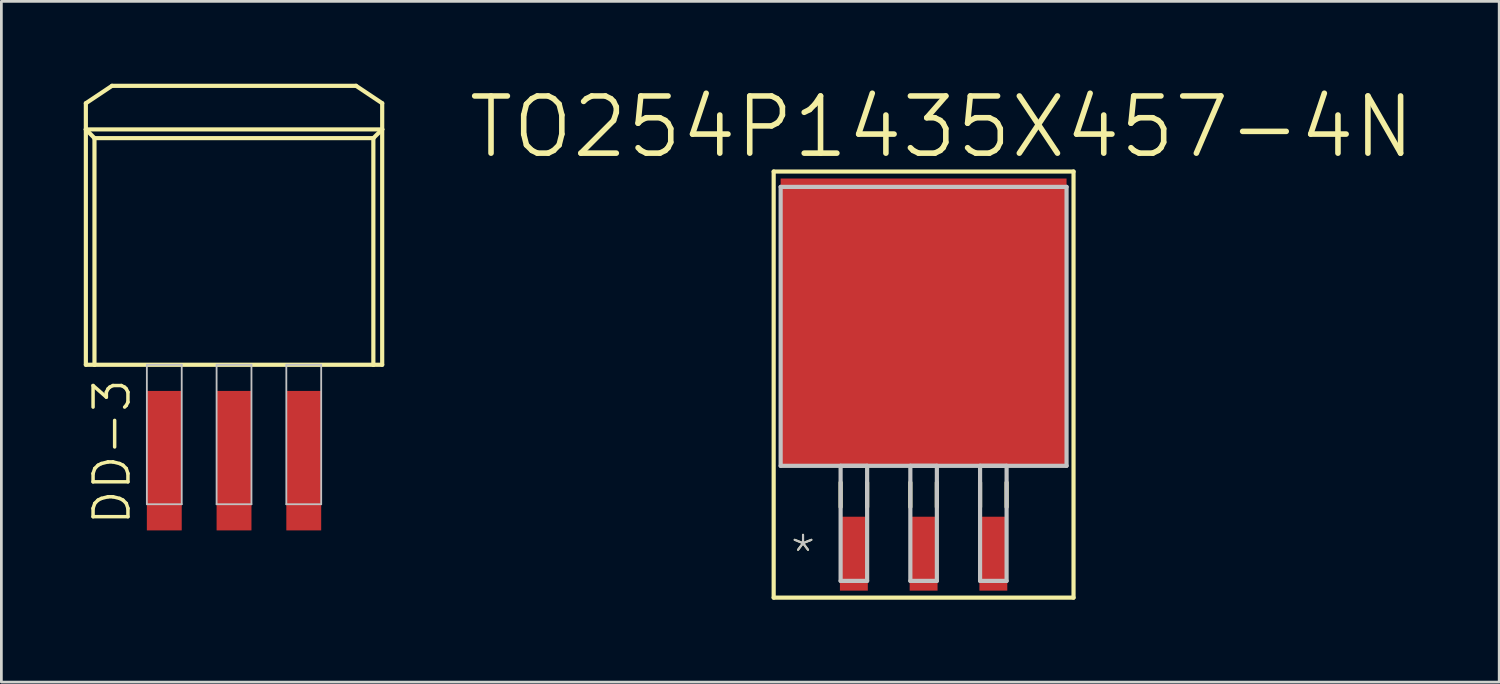
<source format=kicad_pcb>
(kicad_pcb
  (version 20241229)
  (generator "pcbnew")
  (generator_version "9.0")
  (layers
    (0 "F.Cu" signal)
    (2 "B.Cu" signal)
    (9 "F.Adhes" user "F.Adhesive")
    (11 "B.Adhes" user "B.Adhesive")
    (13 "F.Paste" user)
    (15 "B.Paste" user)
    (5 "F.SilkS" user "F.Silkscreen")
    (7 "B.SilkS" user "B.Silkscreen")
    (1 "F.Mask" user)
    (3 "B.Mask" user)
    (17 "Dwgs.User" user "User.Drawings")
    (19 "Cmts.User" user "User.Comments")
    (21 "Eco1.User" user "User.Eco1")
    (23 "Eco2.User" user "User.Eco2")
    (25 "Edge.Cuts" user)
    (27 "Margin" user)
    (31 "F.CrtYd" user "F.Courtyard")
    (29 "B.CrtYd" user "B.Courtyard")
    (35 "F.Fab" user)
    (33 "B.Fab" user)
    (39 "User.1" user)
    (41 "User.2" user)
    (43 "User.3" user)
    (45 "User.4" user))
  (footprint "DD-3"
    (layer "F.Cu")
    (at 5.474 5.791)
    (property "Reference" "DD-3" (at -4.445 7.62 90) (layer "F.SilkS") (effects (font (size 1.27 1.27) (thickness 0.127))))
    (attr smd)
    (fp_line (start -5.397 -5.08) (end -4.445 -5.715) (stroke (width 0.152) (type solid)) (layer "F.SilkS"))
    (fp_line (start -5.397 -4.128) (end -5.397 -5.08) (stroke (width 0.152) (type solid)) (layer "F.SilkS"))
    (fp_line (start -5.397 -4.128) (end -5.397 4.445) (stroke (width 0.152) (type solid)) (layer "F.SilkS"))
    (fp_line (start -5.397 -4.128) (end -5.083 -3.81) (stroke (width 0.152) (type solid)) (layer "F.SilkS"))
    (fp_line (start -5.397 4.445) (end -5.083 4.445) (stroke (width 0.152) (type solid)) (layer "F.SilkS"))
    (fp_line (start -5.083 -3.81) (end 5.075 -3.81) (stroke (width 0.152) (type solid)) (layer "F.SilkS"))
    (fp_line (start -5.083 4.445) (end -5.083 -3.81) (stroke (width 0.152) (type solid)) (layer "F.SilkS"))
    (fp_line (start -5.083 4.445) (end 5.075 4.445) (stroke (width 0.152) (type solid)) (layer "F.SilkS"))
    (fp_line (start -4.445 -5.715) (end 4.445 -5.715) (stroke (width 0.152) (type solid)) (layer "F.SilkS"))
    (fp_line (start 4.445 -5.715) (end 5.397 -5.08) (stroke (width 0.152) (type solid)) (layer "F.SilkS"))
    (fp_line (start 5.075 -3.81) (end 5.075 4.445) (stroke (width 0.152) (type solid)) (layer "F.SilkS"))
    (fp_line (start 5.075 4.445) (end 5.397 4.445) (stroke (width 0.152) (type solid)) (layer "F.SilkS"))
    (fp_line (start 5.397 -5.08) (end 5.397 -4.128) (stroke (width 0.152) (type solid)) (layer "F.SilkS"))
    (fp_line (start 5.397 -4.128) (end -5.397 -4.128) (stroke (width 0.152) (type solid)) (layer "F.SilkS"))
    (fp_line (start 5.397 -4.128) (end 5.075 -3.81) (stroke (width 0.152) (type solid)) (layer "F.SilkS"))
    (fp_line (start 5.397 4.445) (end 5.397 -4.128) (stroke (width 0.152) (type solid)) (layer "F.SilkS"))
    (fp_line (start -3.175 4.445) (end -1.905 4.445) (stroke (width 0.066) (type solid)) (layer "Dwgs.User"))
    (fp_line (start -3.175 9.525) (end -3.175 4.445) (stroke (width 0.066) (type solid)) (layer "Dwgs.User"))
    (fp_line (start -3.175 9.525) (end -1.905 9.525) (stroke (width 0.066) (type solid)) (layer "Dwgs.User"))
    (fp_line (start -1.905 9.525) (end -1.905 4.445) (stroke (width 0.066) (type solid)) (layer "Dwgs.User"))
    (fp_line (start -0.635 4.445) (end 0.635 4.445) (stroke (width 0.066) (type solid)) (layer "Dwgs.User"))
    (fp_line (start -0.635 9.525) (end -0.635 4.445) (stroke (width 0.066) (type solid)) (layer "Dwgs.User"))
    (fp_line (start -0.635 9.525) (end 0.635 9.525) (stroke (width 0.066) (type solid)) (layer "Dwgs.User"))
    (fp_line (start 0.635 9.525) (end 0.635 4.445) (stroke (width 0.066) (type solid)) (layer "Dwgs.User"))
    (fp_line (start 1.905 4.445) (end 3.175 4.445) (stroke (width 0.066) (type solid)) (layer "Dwgs.User"))
    (fp_line (start 1.905 9.525) (end 1.905 4.445) (stroke (width 0.066) (type solid)) (layer "Dwgs.User"))
    (fp_line (start 1.905 9.525) (end 3.175 9.525) (stroke (width 0.066) (type solid)) (layer "Dwgs.User"))
    (fp_line (start 3.175 9.525) (end 3.175 4.445) (stroke (width 0.066) (type solid)) (layer "Dwgs.User"))
    (pad "1" smd rect (at -2.54 7.938) (size 1.27 5.08) (layers "F.Cu" "F.Mask" "F.Paste"))
    (pad "2" smd rect (at 0 7.938) (size 1.27 5.08) (layers "F.Cu" "F.Mask" "F.Paste"))
    (pad "3" smd rect (at 2.54 7.938) (size 1.27 5.08) (layers "F.Cu" "F.Mask" "F.Paste")))
  (footprint "TO254P1435X457-4N"
    (layer "F.Cu")
    (at 30.591 8.837)
    (property "Reference" "TO254P1435X457-4N" (at 0.66 -7.262 0) (layer "F.SilkS") (effects (font (size 2.083 2.083) (thickness 0.203))))
    (attr smd)
    (fp_line (start -5.461 -5.639) (end 5.461 -5.639) (stroke (width 0.152) (type solid)) (layer "F.SilkS"))
    (fp_line (start -5.461 9.881) (end -5.461 -5.639) (stroke (width 0.152) (type solid)) (layer "F.SilkS"))
    (fp_line (start -3.023 5.69) (end -3.023 6.579) (stroke (width 0.152) (type solid)) (layer "F.SilkS"))
    (fp_line (start -2.057 5.69) (end -2.057 6.579) (stroke (width 0.152) (type solid)) (layer "F.SilkS"))
    (fp_line (start -0.483 5.69) (end -0.483 6.579) (stroke (width 0.152) (type solid)) (layer "F.SilkS"))
    (fp_line (start 0.483 5.69) (end 0.483 6.579) (stroke (width 0.152) (type solid)) (layer "F.SilkS"))
    (fp_line (start 2.057 5.69) (end 2.057 6.579) (stroke (width 0.152) (type solid)) (layer "F.SilkS"))
    (fp_line (start 3.023 5.69) (end 3.023 6.579) (stroke (width 0.152) (type solid)) (layer "F.SilkS"))
    (fp_line (start 5.461 -5.639) (end 5.461 9.881) (stroke (width 0.152) (type solid)) (layer "F.SilkS"))
    (fp_line (start 5.461 9.881) (end -5.461 9.881) (stroke (width 0.152) (type solid)) (layer "F.SilkS"))
    (fp_line (start -5.207 -5.08) (end -5.207 5.08) (stroke (width 0.152) (type solid)) (layer "Dwgs.User"))
    (fp_line (start -5.207 5.08) (end 5.207 5.08) (stroke (width 0.152) (type solid)) (layer "Dwgs.User"))
    (fp_line (start -3.023 5.08) (end -3.023 9.271) (stroke (width 0.152) (type solid)) (layer "Dwgs.User"))
    (fp_line (start -3.023 9.271) (end -2.057 9.271) (stroke (width 0.152) (type solid)) (layer "Dwgs.User"))
    (fp_line (start -2.057 5.08) (end -3.023 5.08) (stroke (width 0.152) (type solid)) (layer "Dwgs.User"))
    (fp_line (start -2.057 9.271) (end -2.057 5.08) (stroke (width 0.152) (type solid)) (layer "Dwgs.User"))
    (fp_line (start -0.483 5.08) (end -0.483 9.271) (stroke (width 0.152) (type solid)) (layer "Dwgs.User"))
    (fp_line (start -0.483 9.271) (end 0.483 9.271) (stroke (width 0.152) (type solid)) (layer "Dwgs.User"))
    (fp_line (start 0.483 5.08) (end -0.483 5.08) (stroke (width 0.152) (type solid)) (layer "Dwgs.User"))
    (fp_line (start 0.483 9.271) (end 0.483 5.08) (stroke (width 0.152) (type solid)) (layer "Dwgs.User"))
    (fp_line (start 2.057 5.08) (end 2.057 9.271) (stroke (width 0.152) (type solid)) (layer "Dwgs.User"))
    (fp_line (start 2.057 9.271) (end 3.023 9.271) (stroke (width 0.152) (type solid)) (layer "Dwgs.User"))
    (fp_line (start 3.023 5.08) (end 2.057 5.08) (stroke (width 0.152) (type solid)) (layer "Dwgs.User"))
    (fp_line (start 3.023 9.271) (end 3.023 5.08) (stroke (width 0.152) (type solid)) (layer "Dwgs.User"))
    (fp_line (start 5.207 -5.08) (end -5.207 -5.08) (stroke (width 0.152) (type solid)) (layer "Dwgs.User"))
    (fp_line (start 5.207 5.08) (end 5.207 -5.08) (stroke (width 0.152) (type solid)) (layer "Dwgs.User"))
    (fp_text user "*" (at -4.392 8.28 0) (layer "F.SilkS") (effects (font (size 1.27 1.27) (thickness 0.076))))
    (fp_text user "*" (at -4.392 8.28 0) (layer "Dwgs.User") (effects (font (size 1.27 1.27) (thickness 0.076))))
    (pad "1" smd rect (at -2.54 8.28) (size 1.016 2.692) (layers "F.Cu" "F.Mask" "F.Paste"))
    (pad "2" smd rect (at 0 8.28) (size 1.016 2.692) (layers "F.Cu" "F.Mask" "F.Paste"))
    (pad "3" smd rect (at 2.54 8.28) (size 1.016 2.692) (layers "F.Cu" "F.Mask" "F.Paste"))
    (pad "4" smd rect (at 0 -0.152) (size 10.414 10.465) (layers "F.Cu" "F.Mask" "F.Paste")))
  (gr_rect
    (start -3 -3)
    (end 51.556 21.794)
    (stroke (width 0.1) (type default))
    (fill no)
    (layer "Edge.Cuts")))
</source>
